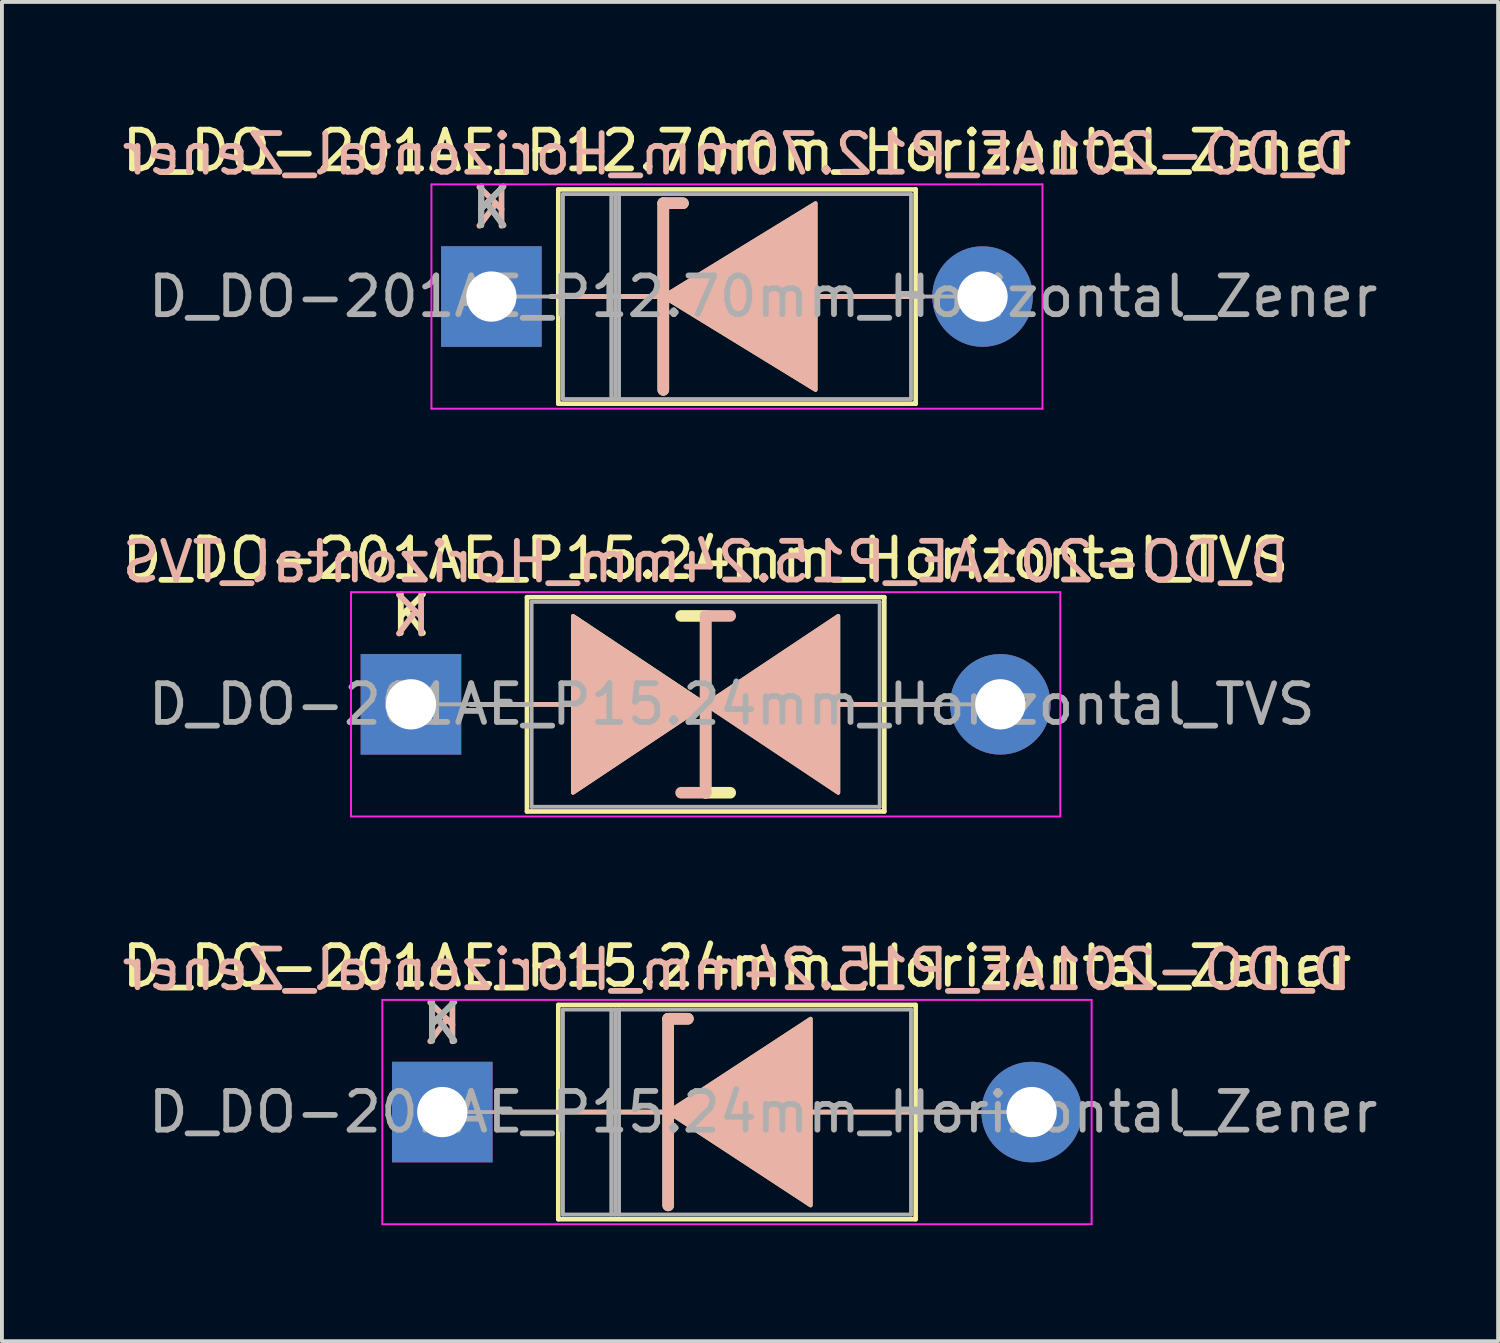
<source format=kicad_pcb>
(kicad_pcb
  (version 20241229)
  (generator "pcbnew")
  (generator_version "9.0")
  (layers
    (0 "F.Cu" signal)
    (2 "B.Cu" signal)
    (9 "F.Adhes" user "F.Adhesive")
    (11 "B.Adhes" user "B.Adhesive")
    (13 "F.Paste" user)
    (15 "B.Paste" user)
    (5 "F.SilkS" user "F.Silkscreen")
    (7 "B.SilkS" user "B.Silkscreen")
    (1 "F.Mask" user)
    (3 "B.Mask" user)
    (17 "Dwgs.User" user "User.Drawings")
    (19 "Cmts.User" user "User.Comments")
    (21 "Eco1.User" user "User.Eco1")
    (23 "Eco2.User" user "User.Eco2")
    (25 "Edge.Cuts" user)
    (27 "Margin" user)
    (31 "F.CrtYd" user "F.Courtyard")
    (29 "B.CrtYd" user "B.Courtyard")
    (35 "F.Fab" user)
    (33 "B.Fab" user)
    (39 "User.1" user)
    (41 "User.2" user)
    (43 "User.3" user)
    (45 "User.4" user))
  (footprint "D_DO-201AE_P15.24mm_Horizontal_Zener"
    (layer "F.Cu")
    (at 8.386 25.705)
    (property "Reference" "D_DO-201AE_P15.24mm_Horizontal_Zener" (at 7.62 -3.77 0) (layer "F.SilkS") (effects (font (size 1 1) (thickness 0.15))))
    (fp_line (start 1.54 0) (end 3 0) (stroke (width 0.12) (type solid)) (layer "F.SilkS"))
    (fp_line (start 3 -2.77) (end 3 2.77) (stroke (width 0.12) (type solid)) (layer "F.SilkS"))
    (fp_line (start 3 2.77) (end 12.24 2.77) (stroke (width 0.12) (type solid)) (layer "F.SilkS"))
    (fp_line (start 5.842 -2.413) (end 5.842 2.413) (stroke (width 0.3) (type solid)) (layer "F.SilkS"))
    (fp_line (start 5.842 -2.413) (end 6.35 -2.413) (stroke (width 0.3) (type solid)) (layer "F.SilkS"))
    (fp_line (start 5.969 0) (end 3 0) (stroke (width 0.12) (type solid)) (layer "F.SilkS"))
    (fp_line (start 9.525 0) (end 12.24 0) (stroke (width 0.12) (type solid)) (layer "F.SilkS"))
    (fp_line (start 12.24 -2.77) (end 3 -2.77) (stroke (width 0.12) (type solid)) (layer "F.SilkS"))
    (fp_line (start 12.24 2.77) (end 12.24 -2.77) (stroke (width 0.12) (type solid)) (layer "F.SilkS"))
    (fp_line (start 13.7 0) (end 12.24 0) (stroke (width 0.12) (type solid)) (layer "F.SilkS"))
    (fp_poly (pts (xy 9.525 2.413) (xy 5.842 0) (xy 9.525 -2.413)) (stroke (width 0.1) (type solid)) (fill yes) (layer "F.SilkS"))
    (fp_line (start 1.54 0) (end 3 0) (stroke (width 0.12) (type solid)) (layer "B.SilkS"))
    (fp_line (start 5.842 -2.413) (end 6.35 -2.413) (stroke (width 0.3) (type solid)) (layer "B.SilkS"))
    (fp_line (start 5.842 2.413) (end 5.842 -2.413) (stroke (width 0.3) (type solid)) (layer "B.SilkS"))
    (fp_line (start 5.969 0) (end 3 0) (stroke (width 0.12) (type solid)) (layer "B.SilkS"))
    (fp_line (start 9.525 0) (end 12.24 0) (stroke (width 0.12) (type solid)) (layer "B.SilkS"))
    (fp_line (start 13.7 0) (end 12.24 0) (stroke (width 0.12) (type solid)) (layer "B.SilkS"))
    (fp_poly (pts (xy 9.525 -2.413) (xy 5.842 0) (xy 9.525 2.413)) (stroke (width 0.1) (type solid)) (fill yes) (layer "B.SilkS"))
    (fp_line (start -1.55 -2.9) (end -1.55 2.9) (stroke (width 0.05) (type solid)) (layer "F.CrtYd"))
    (fp_line (start -1.55 2.9) (end 16.79 2.9) (stroke (width 0.05) (type solid)) (layer "F.CrtYd"))
    (fp_line (start 16.79 -2.9) (end -1.55 -2.9) (stroke (width 0.05) (type solid)) (layer "F.CrtYd"))
    (fp_line (start 16.79 2.9) (end 16.79 -2.9) (stroke (width 0.05) (type solid)) (layer "F.CrtYd"))
    (fp_line (start 0 0) (end 3.12 0) (stroke (width 0.1) (type solid)) (layer "F.Fab"))
    (fp_line (start 3.12 -2.65) (end 3.12 2.65) (stroke (width 0.1) (type solid)) (layer "F.Fab"))
    (fp_line (start 3.12 2.65) (end 12.12 2.65) (stroke (width 0.1) (type solid)) (layer "F.Fab"))
    (fp_line (start 4.37 -2.65) (end 4.37 2.65) (stroke (width 0.1) (type solid)) (layer "F.Fab"))
    (fp_line (start 4.47 -2.65) (end 4.47 2.65) (stroke (width 0.1) (type solid)) (layer "F.Fab"))
    (fp_line (start 4.57 -2.65) (end 4.57 2.65) (stroke (width 0.1) (type solid)) (layer "F.Fab"))
    (fp_line (start 12.12 -2.65) (end 3.12 -2.65) (stroke (width 0.1) (type solid)) (layer "F.Fab"))
    (fp_line (start 12.12 2.65) (end 12.12 -2.65) (stroke (width 0.1) (type solid)) (layer "F.Fab"))
    (fp_line (start 15.24 0) (end 12.12 0) (stroke (width 0.1) (type solid)) (layer "F.Fab"))
    (fp_text user "K" (at 0 -2.3 0) (layer "F.SilkS") (effects (font (size 1 1) (thickness 0.15))))
    (fp_text user "K" (at 0 -2.286 0) (layer "B.SilkS") (effects (font (size 1 1) (thickness 0.15)) (justify mirror)))
    (fp_text user "${REFERENCE}" (at 7.62 -3.683 0) (layer "B.SilkS") (effects (font (size 1 1) (thickness 0.15)) (justify mirror)))
    (fp_text user "K" (at 0 -2.3 0) (layer "F.Fab") (effects (font (size 1 1) (thickness 0.15))))
    (fp_text user "${REFERENCE}" (at 8.295 0 0) (layer "F.Fab") (effects (font (size 1 1) (thickness 0.15))))
    (pad "1" thru_hole rect (at 0 0) (size 2.6 2.6) (drill 1.3) (layers "*.Cu" "*.Mask"))
    (pad "2" thru_hole oval (at 15.24 0) (size 2.6 2.6) (drill 1.3) (layers "*.Cu" "*.Mask")))
  (footprint "D_DO-201AE_P15.24mm_Horizontal_TVS"
    (layer "F.Cu")
    (at 7.576 15.162)
    (property "Reference" "D_DO-201AE_P15.24mm_Horizontal_TVS" (at 7.62 -3.77 0) (layer "F.SilkS") (effects (font (size 1 1) (thickness 0.15))))
    (fp_line (start 1.54 0) (end 3 0) (stroke (width 0.12) (type solid)) (layer "F.SilkS"))
    (fp_line (start 3 -2.77) (end 3 2.77) (stroke (width 0.12) (type solid)) (layer "F.SilkS"))
    (fp_line (start 3 0) (end 4.191 0) (stroke (width 0.12) (type solid)) (layer "F.SilkS"))
    (fp_line (start 3 2.77) (end 12.24 2.77) (stroke (width 0.12) (type solid)) (layer "F.SilkS"))
    (fp_line (start 7.62 -2.286) (end 6.985 -2.286) (stroke (width 0.3) (type solid)) (layer "F.SilkS"))
    (fp_line (start 7.62 2.286) (end 7.62 -2.286) (stroke (width 0.3) (type solid)) (layer "F.SilkS"))
    (fp_line (start 8.255 2.286) (end 7.62 2.286) (stroke (width 0.3) (type solid)) (layer "F.SilkS"))
    (fp_line (start 11.049 0) (end 12.24 0) (stroke (width 0.12) (type solid)) (layer "F.SilkS"))
    (fp_line (start 12.24 -2.77) (end 3 -2.77) (stroke (width 0.12) (type solid)) (layer "F.SilkS"))
    (fp_line (start 12.24 2.77) (end 12.24 -2.77) (stroke (width 0.12) (type solid)) (layer "F.SilkS"))
    (fp_line (start 13.7 0) (end 12.24 0) (stroke (width 0.12) (type solid)) (layer "F.SilkS"))
    (fp_poly (pts (xy 7.62 0) (xy 4.191 2.286) (xy 4.191 -2.286)) (stroke (width 0.1) (type solid)) (fill yes) (layer "F.SilkS"))
    (fp_poly (pts (xy 7.62 0) (xy 11.049 -2.286) (xy 11.049 2.286)) (stroke (width 0.1) (type solid)) (fill yes) (layer "F.SilkS"))
    (fp_line (start 1.54 0) (end 3 0) (stroke (width 0.12) (type solid)) (layer "B.SilkS"))
    (fp_line (start 3 0) (end 4.191 0) (stroke (width 0.12) (type solid)) (layer "B.SilkS"))
    (fp_line (start 7.62 -2.286) (end 7.62 2.286) (stroke (width 0.3) (type solid)) (layer "B.SilkS"))
    (fp_line (start 7.62 2.286) (end 6.985 2.286) (stroke (width 0.3) (type solid)) (layer "B.SilkS"))
    (fp_line (start 8.255 -2.286) (end 7.62 -2.286) (stroke (width 0.3) (type solid)) (layer "B.SilkS"))
    (fp_line (start 11.049 0) (end 12.24 0) (stroke (width 0.12) (type solid)) (layer "B.SilkS"))
    (fp_line (start 13.7 0) (end 12.24 0) (stroke (width 0.12) (type solid)) (layer "B.SilkS"))
    (fp_poly (pts (xy 7.62 0) (xy 4.191 -2.286) (xy 4.191 2.286)) (stroke (width 0.1) (type solid)) (fill yes) (layer "B.SilkS"))
    (fp_poly (pts (xy 7.62 0) (xy 11.049 2.286) (xy 11.049 -2.286)) (stroke (width 0.1) (type solid)) (fill yes) (layer "B.SilkS"))
    (fp_line (start -1.55 -2.9) (end -1.55 2.9) (stroke (width 0.05) (type solid)) (layer "F.CrtYd"))
    (fp_line (start -1.55 2.9) (end 16.79 2.9) (stroke (width 0.05) (type solid)) (layer "F.CrtYd"))
    (fp_line (start 16.79 -2.9) (end -1.55 -2.9) (stroke (width 0.05) (type solid)) (layer "F.CrtYd"))
    (fp_line (start 16.79 2.9) (end 16.79 -2.9) (stroke (width 0.05) (type solid)) (layer "F.CrtYd"))
    (fp_line (start 0 0) (end 3.12 0) (stroke (width 0.1) (type solid)) (layer "F.Fab"))
    (fp_line (start 3.12 -2.65) (end 3.12 2.65) (stroke (width 0.1) (type solid)) (layer "F.Fab"))
    (fp_line (start 3.12 2.65) (end 12.12 2.65) (stroke (width 0.1) (type solid)) (layer "F.Fab"))
    (fp_line (start 12.12 -2.65) (end 3.12 -2.65) (stroke (width 0.1) (type solid)) (layer "F.Fab"))
    (fp_line (start 12.12 2.65) (end 12.12 -2.65) (stroke (width 0.1) (type solid)) (layer "F.Fab"))
    (fp_line (start 15.24 0) (end 12.12 0) (stroke (width 0.1) (type solid)) (layer "F.Fab"))
    (fp_text user "K" (at 0 -2.3 0) (layer "F.SilkS") (effects (font (size 1 1) (thickness 0.15))))
    (fp_text user "${REFERENCE}" (at 7.62 -3.683 0) (layer "B.SilkS") (effects (font (size 1 1) (thickness 0.15)) (justify mirror)))
    (fp_text user "K" (at 0 -2.286 0) (layer "B.SilkS") (effects (font (size 1 1) (thickness 0.15)) (justify mirror)))
    (fp_text user "${REFERENCE}" (at 8.295 0 0) (layer "F.Fab") (effects (font (size 1 1) (thickness 0.15))))
    (pad "1" thru_hole rect (at 0 0) (size 2.6 2.6) (drill 1.3) (layers "*.Cu" "*.Mask"))
    (pad "2" thru_hole oval (at 15.24 0) (size 2.6 2.6) (drill 1.3) (layers "*.Cu" "*.Mask")))
  (footprint "D_DO-201AE_P12.70mm_Horizontal_Zener"
    (layer "F.Cu")
    (at 9.656 4.618)
    (property "Reference" "D_DO-201AE_P12.70mm_Horizontal_Zener" (at 6.35 -3.77 0) (layer "F.SilkS") (effects (font (size 1 1) (thickness 0.15))))
    (fp_line (start 1.54 0) (end 1.73 0) (stroke (width 0.12) (type solid)) (layer "F.SilkS"))
    (fp_line (start 1.73 -2.77) (end 1.73 2.77) (stroke (width 0.12) (type solid)) (layer "F.SilkS"))
    (fp_line (start 1.73 2.77) (end 10.97 2.77) (stroke (width 0.12) (type solid)) (layer "F.SilkS"))
    (fp_line (start 4.445 -2.413) (end 4.445 2.413) (stroke (width 0.3) (type solid)) (layer "F.SilkS"))
    (fp_line (start 4.445 -2.413) (end 4.953 -2.413) (stroke (width 0.3) (type solid)) (layer "F.SilkS"))
    (fp_line (start 4.699 0) (end 1.73 0) (stroke (width 0.12) (type solid)) (layer "F.SilkS"))
    (fp_line (start 8.255 0) (end 10.97 0) (stroke (width 0.12) (type solid)) (layer "F.SilkS"))
    (fp_line (start 10.97 -2.77) (end 1.73 -2.77) (stroke (width 0.12) (type solid)) (layer "F.SilkS"))
    (fp_line (start 10.97 2.77) (end 10.97 -2.77) (stroke (width 0.12) (type solid)) (layer "F.SilkS"))
    (fp_line (start 11.16 0) (end 10.97 0) (stroke (width 0.12) (type solid)) (layer "F.SilkS"))
    (fp_poly (pts (xy 8.382 2.413) (xy 4.445 0) (xy 8.382 -2.413)) (stroke (width 0.1) (type solid)) (fill yes) (layer "F.SilkS"))
    (fp_line (start 1.54 0) (end 1.73 0) (stroke (width 0.12) (type solid)) (layer "B.SilkS"))
    (fp_line (start 4.445 -2.413) (end 4.953 -2.413) (stroke (width 0.3) (type solid)) (layer "B.SilkS"))
    (fp_line (start 4.445 2.413) (end 4.445 -2.413) (stroke (width 0.3) (type solid)) (layer "B.SilkS"))
    (fp_line (start 4.699 0) (end 1.73 0) (stroke (width 0.12) (type solid)) (layer "B.SilkS"))
    (fp_line (start 8.255 0) (end 10.97 0) (stroke (width 0.12) (type solid)) (layer "B.SilkS"))
    (fp_line (start 11.16 0) (end 10.97 0) (stroke (width 0.12) (type solid)) (layer "B.SilkS"))
    (fp_poly (pts (xy 8.382 -2.413) (xy 4.445 0) (xy 8.382 2.413)) (stroke (width 0.1) (type solid)) (fill yes) (layer "B.SilkS"))
    (fp_line (start -1.55 -2.9) (end -1.55 2.9) (stroke (width 0.05) (type solid)) (layer "F.CrtYd"))
    (fp_line (start -1.55 2.9) (end 14.25 2.9) (stroke (width 0.05) (type solid)) (layer "F.CrtYd"))
    (fp_line (start 14.25 -2.9) (end -1.55 -2.9) (stroke (width 0.05) (type solid)) (layer "F.CrtYd"))
    (fp_line (start 14.25 2.9) (end 14.25 -2.9) (stroke (width 0.05) (type solid)) (layer "F.CrtYd"))
    (fp_line (start 0 0) (end 1.85 0) (stroke (width 0.1) (type solid)) (layer "F.Fab"))
    (fp_line (start 1.85 -2.65) (end 1.85 2.65) (stroke (width 0.1) (type solid)) (layer "F.Fab"))
    (fp_line (start 1.85 2.65) (end 10.85 2.65) (stroke (width 0.1) (type solid)) (layer "F.Fab"))
    (fp_line (start 3.1 -2.65) (end 3.1 2.65) (stroke (width 0.1) (type solid)) (layer "F.Fab"))
    (fp_line (start 3.2 -2.65) (end 3.2 2.65) (stroke (width 0.1) (type solid)) (layer "F.Fab"))
    (fp_line (start 3.3 -2.65) (end 3.3 2.65) (stroke (width 0.1) (type solid)) (layer "F.Fab"))
    (fp_line (start 10.85 -2.65) (end 1.85 -2.65) (stroke (width 0.1) (type solid)) (layer "F.Fab"))
    (fp_line (start 10.85 2.65) (end 10.85 -2.65) (stroke (width 0.1) (type solid)) (layer "F.Fab"))
    (fp_line (start 12.7 0) (end 10.85 0) (stroke (width 0.1) (type solid)) (layer "F.Fab"))
    (fp_text user "K" (at 0 -2.3 0) (layer "F.SilkS") (effects (font (size 1 1) (thickness 0.15))))
    (fp_text user "${REFERENCE}" (at 6.35 -3.683 0) (layer "B.SilkS") (effects (font (size 1 1) (thickness 0.15)) (justify mirror)))
    (fp_text user "K" (at 0 -2.286 0) (layer "B.SilkS") (effects (font (size 1 1) (thickness 0.15)) (justify mirror)))
    (fp_text user "${REFERENCE}" (at 7.025 0 0) (layer "F.Fab") (effects (font (size 1 1) (thickness 0.15))))
    (fp_text user "K" (at 0 -2.3 0) (layer "F.Fab") (effects (font (size 1 1) (thickness 0.15))))
    (pad "1" thru_hole rect (at 0 0) (size 2.6 2.6) (drill 1.3) (layers "*.Cu" "*.Mask"))
    (pad "2" thru_hole oval (at 12.7 0) (size 2.6 2.6) (drill 1.3) (layers "*.Cu" "*.Mask")))
  (gr_rect
    (start -3 -3)
    (end 35.687 31.63)
    (stroke (width 0.1) (type default))
    (fill no)
    (layer "Edge.Cuts")))
</source>
